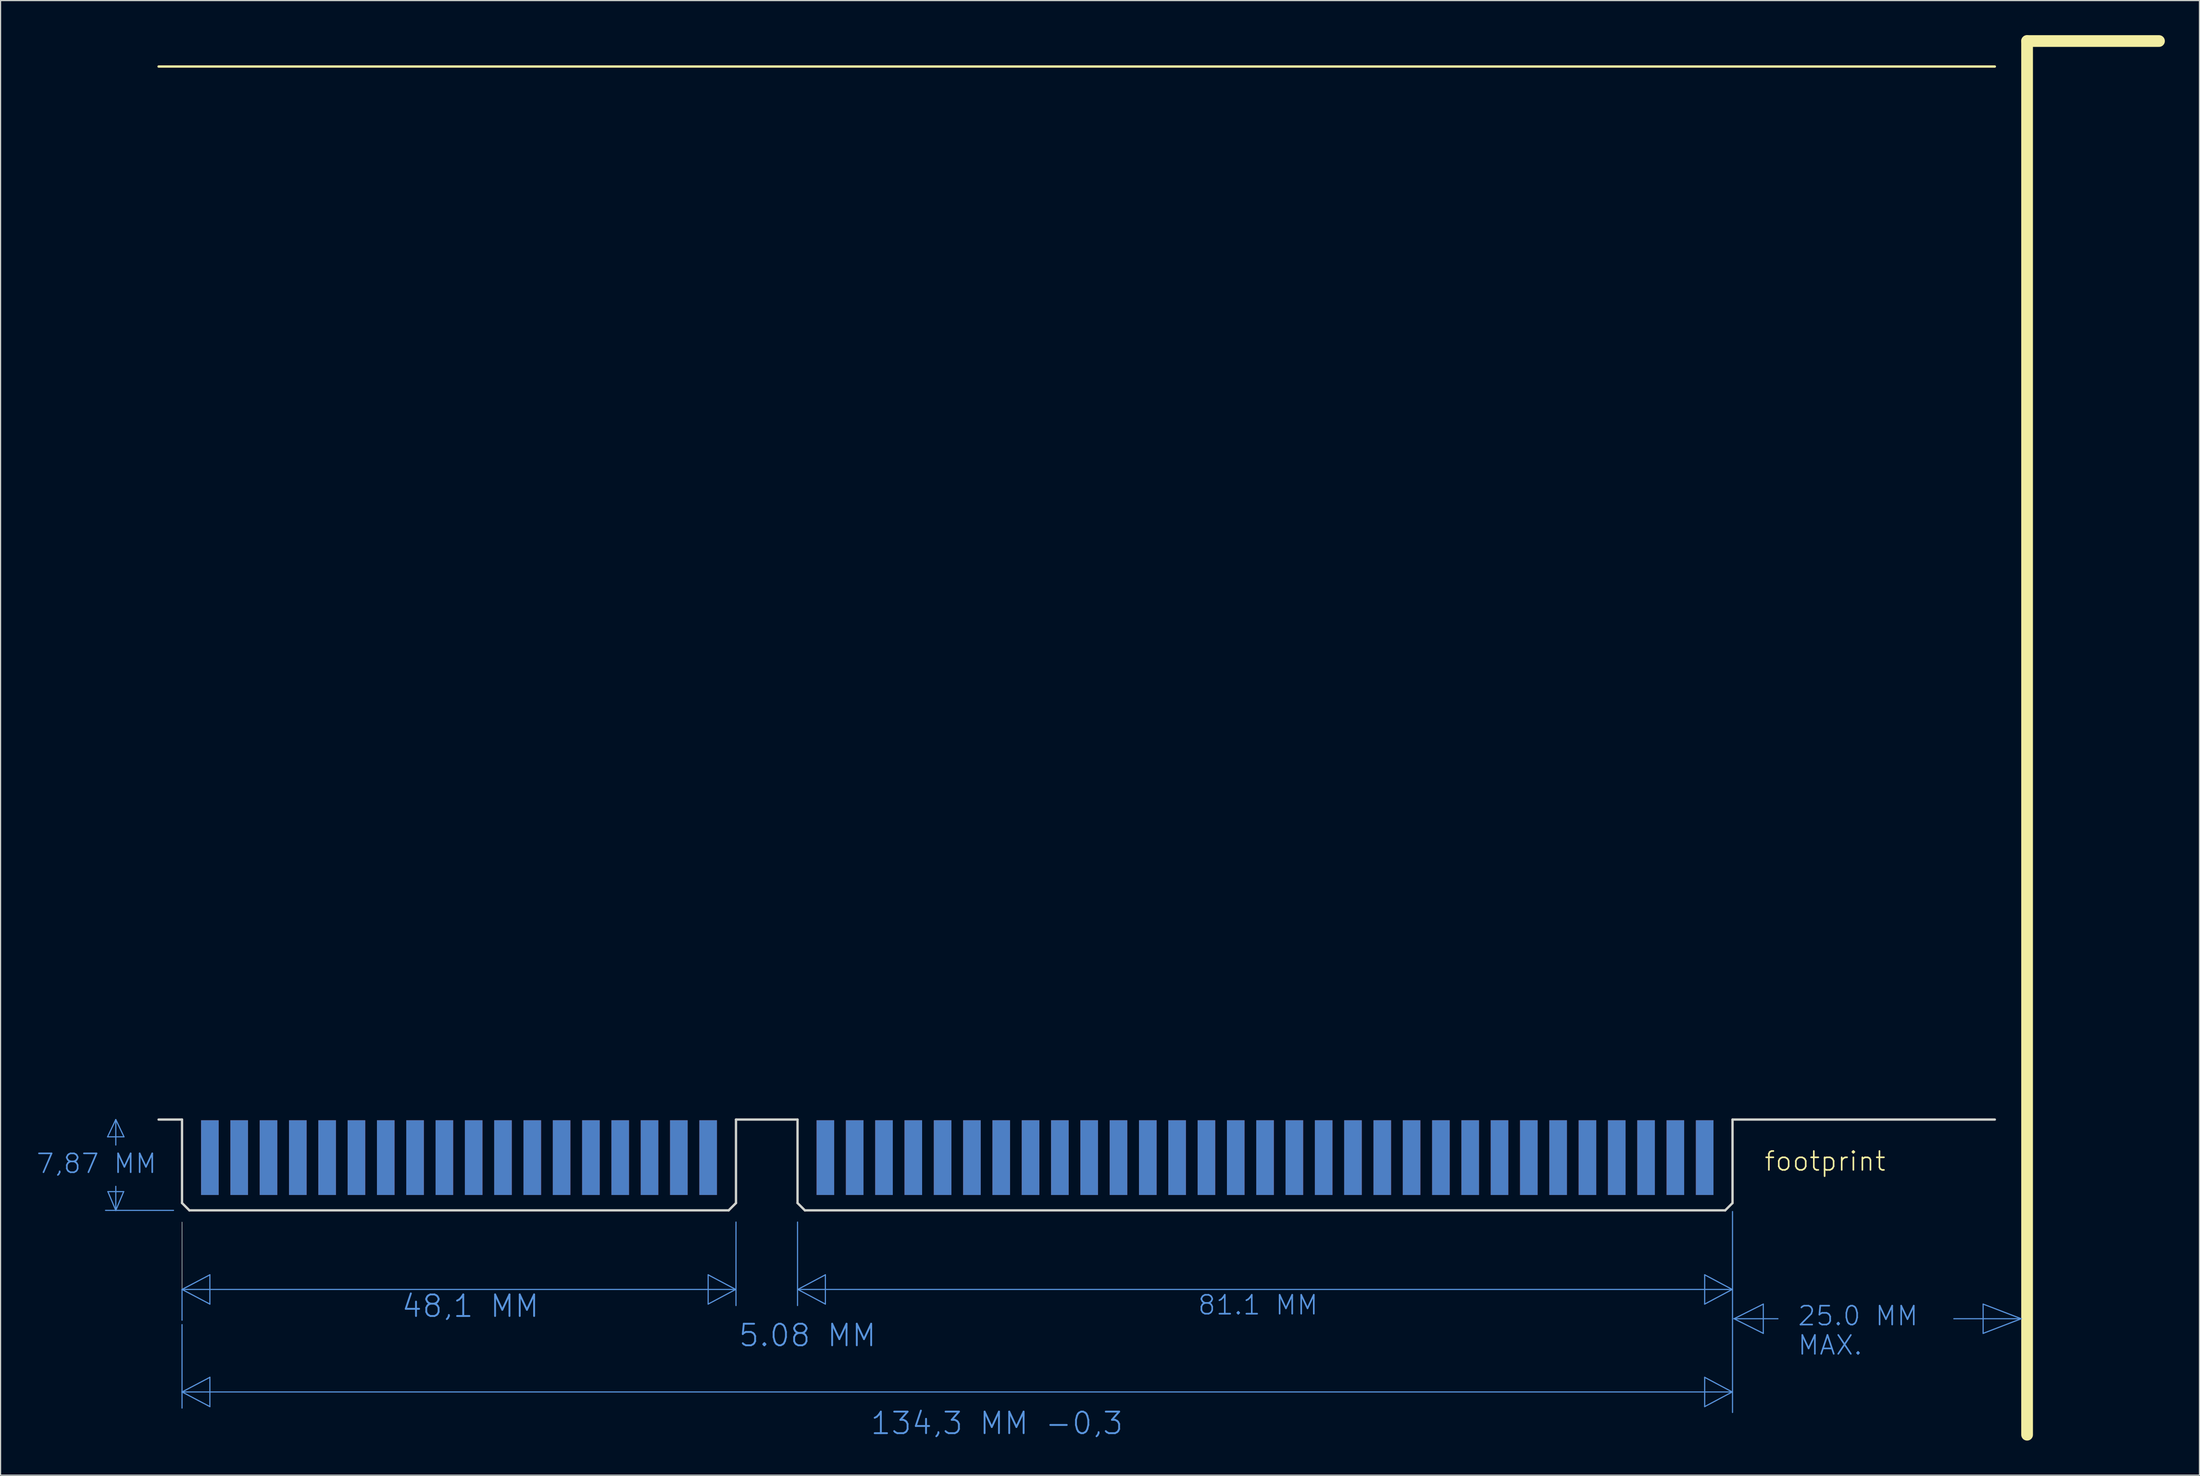
<source format=kicad_pcb>
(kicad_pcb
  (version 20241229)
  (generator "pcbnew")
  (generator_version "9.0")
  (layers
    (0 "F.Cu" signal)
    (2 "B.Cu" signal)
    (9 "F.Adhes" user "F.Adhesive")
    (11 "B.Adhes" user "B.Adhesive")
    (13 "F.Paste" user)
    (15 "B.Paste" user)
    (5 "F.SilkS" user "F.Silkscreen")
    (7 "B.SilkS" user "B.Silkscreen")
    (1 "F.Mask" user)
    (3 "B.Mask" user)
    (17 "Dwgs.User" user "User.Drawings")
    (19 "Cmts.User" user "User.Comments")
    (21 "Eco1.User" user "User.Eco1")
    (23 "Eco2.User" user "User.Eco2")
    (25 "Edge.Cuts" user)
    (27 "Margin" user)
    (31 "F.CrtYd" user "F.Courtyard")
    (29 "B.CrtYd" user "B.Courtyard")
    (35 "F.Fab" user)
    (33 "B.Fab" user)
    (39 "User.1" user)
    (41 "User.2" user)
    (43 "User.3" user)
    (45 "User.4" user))
  (footprint "footprint"
    (layer "F.Cu")
    (at 170.078 102.413)
    (property "Reference" "footprint" (at -20.32 -3.81 0) (layer "F.SilkS") (effects (font (size 1.636 1.636) (thickness 0.142)) (justify left bottom)))
    (fp_line (start -160.02 3.81) (end -16.51 3.81) (stroke (width 1.016) (type solid)) (layer "F.Mask"))
    (fp_line (start -154.94 -2.54) (end -154.94 3.81) (stroke (width 1.016) (type solid)) (layer "F.Mask"))
    (fp_line (start -152.4 -2.54) (end -152.4 3.81) (stroke (width 1.016) (type solid)) (layer "F.Mask"))
    (fp_line (start -149.86 -2.54) (end -149.86 3.81) (stroke (width 1.016) (type solid)) (layer "F.Mask"))
    (fp_line (start -147.32 -2.54) (end -147.32 3.81) (stroke (width 1.016) (type solid)) (layer "F.Mask"))
    (fp_line (start -144.78 -2.54) (end -144.78 3.81) (stroke (width 1.016) (type solid)) (layer "F.Mask"))
    (fp_line (start -142.24 -2.54) (end -142.24 3.81) (stroke (width 1.016) (type solid)) (layer "F.Mask"))
    (fp_line (start -139.7 -2.54) (end -139.7 3.81) (stroke (width 1.016) (type solid)) (layer "F.Mask"))
    (fp_line (start -137.16 -2.54) (end -137.16 3.81) (stroke (width 1.016) (type solid)) (layer "F.Mask"))
    (fp_line (start -134.62 -2.54) (end -134.62 3.81) (stroke (width 1.016) (type solid)) (layer "F.Mask"))
    (fp_line (start -132.08 -2.54) (end -132.08 3.81) (stroke (width 1.016) (type solid)) (layer "F.Mask"))
    (fp_line (start -129.54 -2.54) (end -129.54 3.81) (stroke (width 1.016) (type solid)) (layer "F.Mask"))
    (fp_line (start -127 -2.54) (end -127 3.81) (stroke (width 1.016) (type solid)) (layer "F.Mask"))
    (fp_line (start -124.46 -2.54) (end -124.46 3.81) (stroke (width 1.016) (type solid)) (layer "F.Mask"))
    (fp_line (start -121.92 -2.54) (end -121.92 3.81) (stroke (width 1.016) (type solid)) (layer "F.Mask"))
    (fp_line (start -119.38 -2.54) (end -119.38 3.81) (stroke (width 1.016) (type solid)) (layer "F.Mask"))
    (fp_line (start -116.84 -2.54) (end -116.84 3.81) (stroke (width 1.016) (type solid)) (layer "F.Mask"))
    (fp_line (start -114.3 -2.54) (end -114.3 3.81) (stroke (width 1.016) (type solid)) (layer "F.Mask"))
    (fp_line (start -111.76 -2.54) (end -111.76 3.81) (stroke (width 1.016) (type solid)) (layer "F.Mask"))
    (fp_line (start -101.6 -2.54) (end -101.6 3.81) (stroke (width 1.016) (type solid)) (layer "F.Mask"))
    (fp_line (start -99.06 -2.54) (end -99.06 3.81) (stroke (width 1.016) (type solid)) (layer "F.Mask"))
    (fp_line (start -96.52 -2.54) (end -96.52 3.81) (stroke (width 1.016) (type solid)) (layer "F.Mask"))
    (fp_line (start -93.98 -2.54) (end -93.98 3.81) (stroke (width 1.016) (type solid)) (layer "F.Mask"))
    (fp_line (start -91.44 -2.54) (end -91.44 3.81) (stroke (width 1.016) (type solid)) (layer "F.Mask"))
    (fp_line (start -88.9 -2.54) (end -88.9 3.81) (stroke (width 1.016) (type solid)) (layer "F.Mask"))
    (fp_line (start -86.36 -2.54) (end -86.36 3.81) (stroke (width 1.016) (type solid)) (layer "F.Mask"))
    (fp_line (start -83.82 -2.54) (end -83.82 3.81) (stroke (width 1.016) (type solid)) (layer "F.Mask"))
    (fp_line (start -81.28 -2.54) (end -81.28 3.81) (stroke (width 1.016) (type solid)) (layer "F.Mask"))
    (fp_line (start -78.74 -2.54) (end -78.74 3.81) (stroke (width 1.016) (type solid)) (layer "F.Mask"))
    (fp_line (start -76.2 -2.54) (end -76.2 3.81) (stroke (width 1.016) (type solid)) (layer "F.Mask"))
    (fp_line (start -73.66 -2.54) (end -73.66 3.81) (stroke (width 1.016) (type solid)) (layer "F.Mask"))
    (fp_line (start -71.12 -2.54) (end -71.12 3.81) (stroke (width 1.016) (type solid)) (layer "F.Mask"))
    (fp_line (start -68.58 -2.54) (end -68.58 3.81) (stroke (width 1.016) (type solid)) (layer "F.Mask"))
    (fp_line (start -66.04 -2.54) (end -66.04 3.81) (stroke (width 1.016) (type solid)) (layer "F.Mask"))
    (fp_line (start -63.5 -2.54) (end -63.5 3.81) (stroke (width 1.016) (type solid)) (layer "F.Mask"))
    (fp_line (start -60.96 -2.54) (end -60.96 3.81) (stroke (width 1.016) (type solid)) (layer "F.Mask"))
    (fp_line (start -58.42 -2.54) (end -58.42 3.81) (stroke (width 1.016) (type solid)) (layer "F.Mask"))
    (fp_line (start -55.88 -2.54) (end -55.88 3.81) (stroke (width 1.016) (type solid)) (layer "F.Mask"))
    (fp_line (start -53.34 -2.54) (end -53.34 3.81) (stroke (width 1.016) (type solid)) (layer "F.Mask"))
    (fp_line (start -50.8 -2.54) (end -50.8 3.81) (stroke (width 1.016) (type solid)) (layer "F.Mask"))
    (fp_line (start -48.26 -2.54) (end -48.26 3.81) (stroke (width 1.016) (type solid)) (layer "F.Mask"))
    (fp_line (start -45.72 -2.54) (end -45.72 3.81) (stroke (width 1.016) (type solid)) (layer "F.Mask"))
    (fp_line (start -43.18 -2.54) (end -43.18 3.81) (stroke (width 1.016) (type solid)) (layer "F.Mask"))
    (fp_line (start -40.64 -2.54) (end -40.64 3.81) (stroke (width 1.016) (type solid)) (layer "F.Mask"))
    (fp_line (start -38.1 -2.54) (end -38.1 3.81) (stroke (width 1.016) (type solid)) (layer "F.Mask"))
    (fp_line (start -35.56 -2.54) (end -35.56 3.81) (stroke (width 1.016) (type solid)) (layer "F.Mask"))
    (fp_line (start -33.02 -2.54) (end -33.02 3.81) (stroke (width 1.016) (type solid)) (layer "F.Mask"))
    (fp_line (start -30.48 -2.54) (end -30.48 3.81) (stroke (width 1.016) (type solid)) (layer "F.Mask"))
    (fp_line (start -27.94 -2.54) (end -27.94 3.81) (stroke (width 1.016) (type solid)) (layer "F.Mask"))
    (fp_line (start -25.4 -2.54) (end -25.4 3.81) (stroke (width 1.016) (type solid)) (layer "F.Mask"))
    (fp_poly (pts (xy -155.702 -1.778) (xy -154.178 -1.778) (xy -154.178 -8.382) (xy -155.702 -8.382)) (stroke (width 0) (type solid)) (fill yes) (layer "F.Mask"))
    (fp_poly (pts (xy -153.162 -1.778) (xy -151.638 -1.778) (xy -151.638 -8.382) (xy -153.162 -8.382)) (stroke (width 0) (type solid)) (fill yes) (layer "F.Mask"))
    (fp_poly (pts (xy -150.622 -1.778) (xy -149.098 -1.778) (xy -149.098 -8.382) (xy -150.622 -8.382)) (stroke (width 0) (type solid)) (fill yes) (layer "F.Mask"))
    (fp_poly (pts (xy -148.082 -1.778) (xy -146.558 -1.778) (xy -146.558 -8.382) (xy -148.082 -8.382)) (stroke (width 0) (type solid)) (fill yes) (layer "F.Mask"))
    (fp_poly (pts (xy -145.542 -1.778) (xy -144.018 -1.778) (xy -144.018 -8.382) (xy -145.542 -8.382)) (stroke (width 0) (type solid)) (fill yes) (layer "F.Mask"))
    (fp_poly (pts (xy -143.002 -1.778) (xy -141.478 -1.778) (xy -141.478 -8.382) (xy -143.002 -8.382)) (stroke (width 0) (type solid)) (fill yes) (layer "F.Mask"))
    (fp_poly (pts (xy -140.462 -1.778) (xy -138.938 -1.778) (xy -138.938 -8.382) (xy -140.462 -8.382)) (stroke (width 0) (type solid)) (fill yes) (layer "F.Mask"))
    (fp_poly (pts (xy -137.922 -1.778) (xy -136.398 -1.778) (xy -136.398 -8.382) (xy -137.922 -8.382)) (stroke (width 0) (type solid)) (fill yes) (layer "F.Mask"))
    (fp_poly (pts (xy -135.382 -1.778) (xy -133.858 -1.778) (xy -133.858 -8.382) (xy -135.382 -8.382)) (stroke (width 0) (type solid)) (fill yes) (layer "F.Mask"))
    (fp_poly (pts (xy -132.842 -1.778) (xy -131.318 -1.778) (xy -131.318 -8.382) (xy -132.842 -8.382)) (stroke (width 0) (type solid)) (fill yes) (layer "F.Mask"))
    (fp_poly (pts (xy -130.302 -1.778) (xy -128.778 -1.778) (xy -128.778 -8.382) (xy -130.302 -8.382)) (stroke (width 0) (type solid)) (fill yes) (layer "F.Mask"))
    (fp_poly (pts (xy -127.762 -1.778) (xy -126.238 -1.778) (xy -126.238 -8.382) (xy -127.762 -8.382)) (stroke (width 0) (type solid)) (fill yes) (layer "F.Mask"))
    (fp_poly (pts (xy -125.222 -1.778) (xy -123.698 -1.778) (xy -123.698 -8.382) (xy -125.222 -8.382)) (stroke (width 0) (type solid)) (fill yes) (layer "F.Mask"))
    (fp_poly (pts (xy -122.682 -1.778) (xy -121.158 -1.778) (xy -121.158 -8.382) (xy -122.682 -8.382)) (stroke (width 0) (type solid)) (fill yes) (layer "F.Mask"))
    (fp_poly (pts (xy -120.142 -1.778) (xy -118.618 -1.778) (xy -118.618 -8.382) (xy -120.142 -8.382)) (stroke (width 0) (type solid)) (fill yes) (layer "F.Mask"))
    (fp_poly (pts (xy -117.602 -1.778) (xy -116.078 -1.778) (xy -116.078 -8.382) (xy -117.602 -8.382)) (stroke (width 0) (type solid)) (fill yes) (layer "F.Mask"))
    (fp_poly (pts (xy -115.062 -1.778) (xy -113.538 -1.778) (xy -113.538 -8.382) (xy -115.062 -8.382)) (stroke (width 0) (type solid)) (fill yes) (layer "F.Mask"))
    (fp_poly (pts (xy -112.522 -1.778) (xy -110.998 -1.778) (xy -110.998 -8.382) (xy -112.522 -8.382)) (stroke (width 0) (type solid)) (fill yes) (layer "F.Mask"))
    (fp_poly (pts (xy -102.362 -1.778) (xy -100.838 -1.778) (xy -100.838 -8.382) (xy -102.362 -8.382)) (stroke (width 0) (type solid)) (fill yes) (layer "F.Mask"))
    (fp_poly (pts (xy -99.822 -1.778) (xy -98.298 -1.778) (xy -98.298 -8.382) (xy -99.822 -8.382)) (stroke (width 0) (type solid)) (fill yes) (layer "F.Mask"))
    (fp_poly (pts (xy -97.282 -1.778) (xy -95.758 -1.778) (xy -95.758 -8.382) (xy -97.282 -8.382)) (stroke (width 0) (type solid)) (fill yes) (layer "F.Mask"))
    (fp_poly (pts (xy -94.742 -1.778) (xy -93.218 -1.778) (xy -93.218 -8.382) (xy -94.742 -8.382)) (stroke (width 0) (type solid)) (fill yes) (layer "F.Mask"))
    (fp_poly (pts (xy -92.202 -1.778) (xy -90.678 -1.778) (xy -90.678 -8.382) (xy -92.202 -8.382)) (stroke (width 0) (type solid)) (fill yes) (layer "F.Mask"))
    (fp_poly (pts (xy -89.662 -1.778) (xy -88.138 -1.778) (xy -88.138 -8.382) (xy -89.662 -8.382)) (stroke (width 0) (type solid)) (fill yes) (layer "F.Mask"))
    (fp_poly (pts (xy -87.122 -1.778) (xy -85.598 -1.778) (xy -85.598 -8.382) (xy -87.122 -8.382)) (stroke (width 0) (type solid)) (fill yes) (layer "F.Mask"))
    (fp_poly (pts (xy -84.582 -1.778) (xy -83.058 -1.778) (xy -83.058 -8.382) (xy -84.582 -8.382)) (stroke (width 0) (type solid)) (fill yes) (layer "F.Mask"))
    (fp_poly (pts (xy -82.042 -1.778) (xy -80.518 -1.778) (xy -80.518 -8.382) (xy -82.042 -8.382)) (stroke (width 0) (type solid)) (fill yes) (layer "F.Mask"))
    (fp_poly (pts (xy -79.502 -1.778) (xy -77.978 -1.778) (xy -77.978 -8.382) (xy -79.502 -8.382)) (stroke (width 0) (type solid)) (fill yes) (layer "F.Mask"))
    (fp_poly (pts (xy -76.962 -1.778) (xy -75.438 -1.778) (xy -75.438 -8.382) (xy -76.962 -8.382)) (stroke (width 0) (type solid)) (fill yes) (layer "F.Mask"))
    (fp_poly (pts (xy -74.422 -1.778) (xy -72.898 -1.778) (xy -72.898 -8.382) (xy -74.422 -8.382)) (stroke (width 0) (type solid)) (fill yes) (layer "F.Mask"))
    (fp_poly (pts (xy -71.882 -1.778) (xy -70.358 -1.778) (xy -70.358 -8.382) (xy -71.882 -8.382)) (stroke (width 0) (type solid)) (fill yes) (layer "F.Mask"))
    (fp_poly (pts (xy -69.342 -1.778) (xy -67.818 -1.778) (xy -67.818 -8.382) (xy -69.342 -8.382)) (stroke (width 0) (type solid)) (fill yes) (layer "F.Mask"))
    (fp_poly (pts (xy -66.802 -1.778) (xy -65.278 -1.778) (xy -65.278 -8.382) (xy -66.802 -8.382)) (stroke (width 0) (type solid)) (fill yes) (layer "F.Mask"))
    (fp_poly (pts (xy -64.262 -1.778) (xy -62.738 -1.778) (xy -62.738 -8.382) (xy -64.262 -8.382)) (stroke (width 0) (type solid)) (fill yes) (layer "F.Mask"))
    (fp_poly (pts (xy -61.722 -1.778) (xy -60.198 -1.778) (xy -60.198 -8.382) (xy -61.722 -8.382)) (stroke (width 0) (type solid)) (fill yes) (layer "F.Mask"))
    (fp_poly (pts (xy -59.182 -1.778) (xy -57.658 -1.778) (xy -57.658 -8.382) (xy -59.182 -8.382)) (stroke (width 0) (type solid)) (fill yes) (layer "F.Mask"))
    (fp_poly (pts (xy -56.642 -1.778) (xy -55.118 -1.778) (xy -55.118 -8.382) (xy -56.642 -8.382)) (stroke (width 0) (type solid)) (fill yes) (layer "F.Mask"))
    (fp_poly (pts (xy -54.102 -1.778) (xy -52.578 -1.778) (xy -52.578 -8.382) (xy -54.102 -8.382)) (stroke (width 0) (type solid)) (fill yes) (layer "F.Mask"))
    (fp_poly (pts (xy -51.562 -1.778) (xy -50.038 -1.778) (xy -50.038 -8.382) (xy -51.562 -8.382)) (stroke (width 0) (type solid)) (fill yes) (layer "F.Mask"))
    (fp_poly (pts (xy -49.022 -1.778) (xy -47.498 -1.778) (xy -47.498 -8.382) (xy -49.022 -8.382)) (stroke (width 0) (type solid)) (fill yes) (layer "F.Mask"))
    (fp_poly (pts (xy -46.482 -1.778) (xy -44.958 -1.778) (xy -44.958 -8.382) (xy -46.482 -8.382)) (stroke (width 0) (type solid)) (fill yes) (layer "F.Mask"))
    (fp_poly (pts (xy -43.942 -1.778) (xy -42.418 -1.778) (xy -42.418 -8.382) (xy -43.942 -8.382)) (stroke (width 0) (type solid)) (fill yes) (layer "F.Mask"))
    (fp_poly (pts (xy -41.402 -1.778) (xy -39.878 -1.778) (xy -39.878 -8.382) (xy -41.402 -8.382)) (stroke (width 0) (type solid)) (fill yes) (layer "F.Mask"))
    (fp_poly (pts (xy -38.862 -1.778) (xy -37.338 -1.778) (xy -37.338 -8.382) (xy -38.862 -8.382)) (stroke (width 0) (type solid)) (fill yes) (layer "F.Mask"))
    (fp_poly (pts (xy -36.322 -1.778) (xy -34.798 -1.778) (xy -34.798 -8.382) (xy -36.322 -8.382)) (stroke (width 0) (type solid)) (fill yes) (layer "F.Mask"))
    (fp_poly (pts (xy -33.782 -1.778) (xy -32.258 -1.778) (xy -32.258 -8.382) (xy -33.782 -8.382)) (stroke (width 0) (type solid)) (fill yes) (layer "F.Mask"))
    (fp_poly (pts (xy -31.242 -1.778) (xy -29.718 -1.778) (xy -29.718 -8.382) (xy -31.242 -8.382)) (stroke (width 0) (type solid)) (fill yes) (layer "F.Mask"))
    (fp_poly (pts (xy -28.702 -1.778) (xy -27.178 -1.778) (xy -27.178 -8.382) (xy -28.702 -8.382)) (stroke (width 0) (type solid)) (fill yes) (layer "F.Mask"))
    (fp_poly (pts (xy -26.162 -1.778) (xy -24.638 -1.778) (xy -24.638 -8.382) (xy -26.162 -8.382)) (stroke (width 0) (type solid)) (fill yes) (layer "F.Mask"))
    (fp_line (start -160.02 3.81) (end -16.51 3.81) (stroke (width 1.016) (type solid)) (layer "B.Mask"))
    (fp_line (start -154.94 -2.54) (end -154.94 3.81) (stroke (width 1.016) (type solid)) (layer "B.Mask"))
    (fp_line (start -152.4 -2.54) (end -152.4 3.81) (stroke (width 1.016) (type solid)) (layer "B.Mask"))
    (fp_line (start -149.86 -2.54) (end -149.86 3.81) (stroke (width 1.016) (type solid)) (layer "B.Mask"))
    (fp_line (start -147.32 -2.54) (end -147.32 3.81) (stroke (width 1.016) (type solid)) (layer "B.Mask"))
    (fp_line (start -144.78 -2.54) (end -144.78 3.81) (stroke (width 1.016) (type solid)) (layer "B.Mask"))
    (fp_line (start -142.24 -2.54) (end -142.24 3.81) (stroke (width 1.016) (type solid)) (layer "B.Mask"))
    (fp_line (start -139.7 -2.54) (end -139.7 3.81) (stroke (width 1.016) (type solid)) (layer "B.Mask"))
    (fp_line (start -137.16 -2.54) (end -137.16 3.81) (stroke (width 1.016) (type solid)) (layer "B.Mask"))
    (fp_line (start -134.62 -2.54) (end -134.62 3.81) (stroke (width 1.016) (type solid)) (layer "B.Mask"))
    (fp_line (start -132.08 -2.54) (end -132.08 3.81) (stroke (width 1.016) (type solid)) (layer "B.Mask"))
    (fp_line (start -129.54 -2.54) (end -129.54 3.81) (stroke (width 1.016) (type solid)) (layer "B.Mask"))
    (fp_line (start -127 -2.54) (end -127 3.81) (stroke (width 1.016) (type solid)) (layer "B.Mask"))
    (fp_line (start -124.46 -2.54) (end -124.46 3.81) (stroke (width 1.016) (type solid)) (layer "B.Mask"))
    (fp_line (start -121.92 -2.54) (end -121.92 3.81) (stroke (width 1.016) (type solid)) (layer "B.Mask"))
    (fp_line (start -119.38 -2.54) (end -119.38 3.81) (stroke (width 1.016) (type solid)) (layer "B.Mask"))
    (fp_line (start -116.84 -2.54) (end -116.84 3.81) (stroke (width 1.016) (type solid)) (layer "B.Mask"))
    (fp_line (start -114.3 -2.54) (end -114.3 3.81) (stroke (width 1.016) (type solid)) (layer "B.Mask"))
    (fp_line (start -111.76 -2.54) (end -111.76 3.81) (stroke (width 1.016) (type solid)) (layer "B.Mask"))
    (fp_line (start -101.6 -2.54) (end -101.6 3.81) (stroke (width 1.016) (type solid)) (layer "B.Mask"))
    (fp_line (start -99.06 -2.54) (end -99.06 3.81) (stroke (width 1.016) (type solid)) (layer "B.Mask"))
    (fp_line (start -96.52 -2.54) (end -96.52 3.81) (stroke (width 1.016) (type solid)) (layer "B.Mask"))
    (fp_line (start -93.98 -2.54) (end -93.98 3.81) (stroke (width 1.016) (type solid)) (layer "B.Mask"))
    (fp_line (start -91.44 -2.54) (end -91.44 3.81) (stroke (width 1.016) (type solid)) (layer "B.Mask"))
    (fp_line (start -88.9 -2.54) (end -88.9 3.81) (stroke (width 1.016) (type solid)) (layer "B.Mask"))
    (fp_line (start -86.36 -2.54) (end -86.36 3.81) (stroke (width 1.016) (type solid)) (layer "B.Mask"))
    (fp_line (start -83.82 -2.54) (end -83.82 3.81) (stroke (width 1.016) (type solid)) (layer "B.Mask"))
    (fp_line (start -81.28 -2.54) (end -81.28 3.81) (stroke (width 1.016) (type solid)) (layer "B.Mask"))
    (fp_line (start -78.74 -2.54) (end -78.74 3.81) (stroke (width 1.016) (type solid)) (layer "B.Mask"))
    (fp_line (start -76.2 -2.54) (end -76.2 3.81) (stroke (width 1.016) (type solid)) (layer "B.Mask"))
    (fp_line (start -73.66 -2.54) (end -73.66 3.81) (stroke (width 1.016) (type solid)) (layer "B.Mask"))
    (fp_line (start -71.12 -2.54) (end -71.12 3.81) (stroke (width 1.016) (type solid)) (layer "B.Mask"))
    (fp_line (start -68.58 -2.54) (end -68.58 3.81) (stroke (width 1.016) (type solid)) (layer "B.Mask"))
    (fp_line (start -66.04 -2.54) (end -66.04 3.81) (stroke (width 1.016) (type solid)) (layer "B.Mask"))
    (fp_line (start -63.5 -2.54) (end -63.5 3.81) (stroke (width 1.016) (type solid)) (layer "B.Mask"))
    (fp_line (start -60.96 -2.54) (end -60.96 3.81) (stroke (width 1.016) (type solid)) (layer "B.Mask"))
    (fp_line (start -58.42 -2.54) (end -58.42 3.81) (stroke (width 1.016) (type solid)) (layer "B.Mask"))
    (fp_line (start -55.88 -2.54) (end -55.88 3.81) (stroke (width 1.016) (type solid)) (layer "B.Mask"))
    (fp_line (start -53.34 -2.54) (end -53.34 3.81) (stroke (width 1.016) (type solid)) (layer "B.Mask"))
    (fp_line (start -50.8 -2.54) (end -50.8 3.81) (stroke (width 1.016) (type solid)) (layer "B.Mask"))
    (fp_line (start -48.26 -2.54) (end -48.26 3.81) (stroke (width 1.016) (type solid)) (layer "B.Mask"))
    (fp_line (start -45.72 -2.54) (end -45.72 3.81) (stroke (width 1.016) (type solid)) (layer "B.Mask"))
    (fp_line (start -43.18 -2.54) (end -43.18 3.81) (stroke (width 1.016) (type solid)) (layer "B.Mask"))
    (fp_line (start -40.64 -2.54) (end -40.64 3.81) (stroke (width 1.016) (type solid)) (layer "B.Mask"))
    (fp_line (start -38.1 -2.54) (end -38.1 3.81) (stroke (width 1.016) (type solid)) (layer "B.Mask"))
    (fp_line (start -35.56 -2.54) (end -35.56 3.81) (stroke (width 1.016) (type solid)) (layer "B.Mask"))
    (fp_line (start -33.02 -2.54) (end -33.02 3.81) (stroke (width 1.016) (type solid)) (layer "B.Mask"))
    (fp_line (start -30.48 -2.54) (end -30.48 3.81) (stroke (width 1.016) (type solid)) (layer "B.Mask"))
    (fp_line (start -27.94 -2.54) (end -27.94 3.81) (stroke (width 1.016) (type solid)) (layer "B.Mask"))
    (fp_line (start -25.4 -2.54) (end -25.4 3.81) (stroke (width 1.016) (type solid)) (layer "B.Mask"))
    (fp_poly (pts (xy -155.702 -1.778) (xy -154.178 -1.778) (xy -154.178 -8.382) (xy -155.702 -8.382)) (stroke (width 0) (type solid)) (fill yes) (layer "B.Mask"))
    (fp_poly (pts (xy -153.162 -1.778) (xy -151.638 -1.778) (xy -151.638 -8.382) (xy -153.162 -8.382)) (stroke (width 0) (type solid)) (fill yes) (layer "B.Mask"))
    (fp_poly (pts (xy -150.622 -1.778) (xy -149.098 -1.778) (xy -149.098 -8.382) (xy -150.622 -8.382)) (stroke (width 0) (type solid)) (fill yes) (layer "B.Mask"))
    (fp_poly (pts (xy -148.082 -1.778) (xy -146.558 -1.778) (xy -146.558 -8.382) (xy -148.082 -8.382)) (stroke (width 0) (type solid)) (fill yes) (layer "B.Mask"))
    (fp_poly (pts (xy -145.542 -1.778) (xy -144.018 -1.778) (xy -144.018 -8.382) (xy -145.542 -8.382)) (stroke (width 0) (type solid)) (fill yes) (layer "B.Mask"))
    (fp_poly (pts (xy -143.002 -1.778) (xy -141.478 -1.778) (xy -141.478 -8.382) (xy -143.002 -8.382)) (stroke (width 0) (type solid)) (fill yes) (layer "B.Mask"))
    (fp_poly (pts (xy -140.462 -1.778) (xy -138.938 -1.778) (xy -138.938 -8.382) (xy -140.462 -8.382)) (stroke (width 0) (type solid)) (fill yes) (layer "B.Mask"))
    (fp_poly (pts (xy -137.922 -1.778) (xy -136.398 -1.778) (xy -136.398 -8.382) (xy -137.922 -8.382)) (stroke (width 0) (type solid)) (fill yes) (layer "B.Mask"))
    (fp_poly (pts (xy -135.382 -1.778) (xy -133.858 -1.778) (xy -133.858 -8.382) (xy -135.382 -8.382)) (stroke (width 0) (type solid)) (fill yes) (layer "B.Mask"))
    (fp_poly (pts (xy -132.842 -1.778) (xy -131.318 -1.778) (xy -131.318 -8.382) (xy -132.842 -8.382)) (stroke (width 0) (type solid)) (fill yes) (layer "B.Mask"))
    (fp_poly (pts (xy -130.302 -1.778) (xy -128.778 -1.778) (xy -128.778 -8.382) (xy -130.302 -8.382)) (stroke (width 0) (type solid)) (fill yes) (layer "B.Mask"))
    (fp_poly (pts (xy -127.762 -1.778) (xy -126.238 -1.778) (xy -126.238 -8.382) (xy -127.762 -8.382)) (stroke (width 0) (type solid)) (fill yes) (layer "B.Mask"))
    (fp_poly (pts (xy -125.222 -1.778) (xy -123.698 -1.778) (xy -123.698 -8.382) (xy -125.222 -8.382)) (stroke (width 0) (type solid)) (fill yes) (layer "B.Mask"))
    (fp_poly (pts (xy -122.682 -1.778) (xy -121.158 -1.778) (xy -121.158 -8.382) (xy -122.682 -8.382)) (stroke (width 0) (type solid)) (fill yes) (layer "B.Mask"))
    (fp_poly (pts (xy -120.142 -1.778) (xy -118.618 -1.778) (xy -118.618 -8.382) (xy -120.142 -8.382)) (stroke (width 0) (type solid)) (fill yes) (layer "B.Mask"))
    (fp_poly (pts (xy -117.602 -1.778) (xy -116.078 -1.778) (xy -116.078 -8.382) (xy -117.602 -8.382)) (stroke (width 0) (type solid)) (fill yes) (layer "B.Mask"))
    (fp_poly (pts (xy -115.062 -1.778) (xy -113.538 -1.778) (xy -113.538 -8.382) (xy -115.062 -8.382)) (stroke (width 0) (type solid)) (fill yes) (layer "B.Mask"))
    (fp_poly (pts (xy -112.522 -1.778) (xy -110.998 -1.778) (xy -110.998 -8.382) (xy -112.522 -8.382)) (stroke (width 0) (type solid)) (fill yes) (layer "B.Mask"))
    (fp_poly (pts (xy -102.362 -1.778) (xy -100.838 -1.778) (xy -100.838 -8.382) (xy -102.362 -8.382)) (stroke (width 0) (type solid)) (fill yes) (layer "B.Mask"))
    (fp_poly (pts (xy -99.822 -1.778) (xy -98.298 -1.778) (xy -98.298 -8.382) (xy -99.822 -8.382)) (stroke (width 0) (type solid)) (fill yes) (layer "B.Mask"))
    (fp_poly (pts (xy -97.282 -1.778) (xy -95.758 -1.778) (xy -95.758 -8.382) (xy -97.282 -8.382)) (stroke (width 0) (type solid)) (fill yes) (layer "B.Mask"))
    (fp_poly (pts (xy -94.742 -1.778) (xy -93.218 -1.778) (xy -93.218 -8.382) (xy -94.742 -8.382)) (stroke (width 0) (type solid)) (fill yes) (layer "B.Mask"))
    (fp_poly (pts (xy -92.202 -1.778) (xy -90.678 -1.778) (xy -90.678 -8.382) (xy -92.202 -8.382)) (stroke (width 0) (type solid)) (fill yes) (layer "B.Mask"))
    (fp_poly (pts (xy -89.662 -1.778) (xy -88.138 -1.778) (xy -88.138 -8.382) (xy -89.662 -8.382)) (stroke (width 0) (type solid)) (fill yes) (layer "B.Mask"))
    (fp_poly (pts (xy -87.122 -1.778) (xy -85.598 -1.778) (xy -85.598 -8.382) (xy -87.122 -8.382)) (stroke (width 0) (type solid)) (fill yes) (layer "B.Mask"))
    (fp_poly (pts (xy -84.582 -1.778) (xy -83.058 -1.778) (xy -83.058 -8.382) (xy -84.582 -8.382)) (stroke (width 0) (type solid)) (fill yes) (layer "B.Mask"))
    (fp_poly (pts (xy -82.042 -1.778) (xy -80.518 -1.778) (xy -80.518 -8.382) (xy -82.042 -8.382)) (stroke (width 0) (type solid)) (fill yes) (layer "B.Mask"))
    (fp_poly (pts (xy -79.502 -1.778) (xy -77.978 -1.778) (xy -77.978 -8.382) (xy -79.502 -8.382)) (stroke (width 0) (type solid)) (fill yes) (layer "B.Mask"))
    (fp_poly (pts (xy -76.962 -1.778) (xy -75.438 -1.778) (xy -75.438 -8.382) (xy -76.962 -8.382)) (stroke (width 0) (type solid)) (fill yes) (layer "B.Mask"))
    (fp_poly (pts (xy -74.422 -1.778) (xy -72.898 -1.778) (xy -72.898 -8.382) (xy -74.422 -8.382)) (stroke (width 0) (type solid)) (fill yes) (layer "B.Mask"))
    (fp_poly (pts (xy -71.882 -1.778) (xy -70.358 -1.778) (xy -70.358 -8.382) (xy -71.882 -8.382)) (stroke (width 0) (type solid)) (fill yes) (layer "B.Mask"))
    (fp_poly (pts (xy -69.342 -1.778) (xy -67.818 -1.778) (xy -67.818 -8.382) (xy -69.342 -8.382)) (stroke (width 0) (type solid)) (fill yes) (layer "B.Mask"))
    (fp_poly (pts (xy -66.802 -1.778) (xy -65.278 -1.778) (xy -65.278 -8.382) (xy -66.802 -8.382)) (stroke (width 0) (type solid)) (fill yes) (layer "B.Mask"))
    (fp_poly (pts (xy -64.262 -1.778) (xy -62.738 -1.778) (xy -62.738 -8.382) (xy -64.262 -8.382)) (stroke (width 0) (type solid)) (fill yes) (layer "B.Mask"))
    (fp_poly (pts (xy -61.722 -1.778) (xy -60.198 -1.778) (xy -60.198 -8.382) (xy -61.722 -8.382)) (stroke (width 0) (type solid)) (fill yes) (layer "B.Mask"))
    (fp_poly (pts (xy -59.182 -1.778) (xy -57.658 -1.778) (xy -57.658 -8.382) (xy -59.182 -8.382)) (stroke (width 0) (type solid)) (fill yes) (layer "B.Mask"))
    (fp_poly (pts (xy -56.642 -1.778) (xy -55.118 -1.778) (xy -55.118 -8.382) (xy -56.642 -8.382)) (stroke (width 0) (type solid)) (fill yes) (layer "B.Mask"))
    (fp_poly (pts (xy -54.102 -1.778) (xy -52.578 -1.778) (xy -52.578 -8.382) (xy -54.102 -8.382)) (stroke (width 0) (type solid)) (fill yes) (layer "B.Mask"))
    (fp_poly (pts (xy -51.562 -1.778) (xy -50.038 -1.778) (xy -50.038 -8.382) (xy -51.562 -8.382)) (stroke (width 0) (type solid)) (fill yes) (layer "B.Mask"))
    (fp_poly (pts (xy -49.022 -1.778) (xy -47.498 -1.778) (xy -47.498 -8.382) (xy -49.022 -8.382)) (stroke (width 0) (type solid)) (fill yes) (layer "B.Mask"))
    (fp_poly (pts (xy -46.482 -1.778) (xy -44.958 -1.778) (xy -44.958 -8.382) (xy -46.482 -8.382)) (stroke (width 0) (type solid)) (fill yes) (layer "B.Mask"))
    (fp_poly (pts (xy -43.942 -1.778) (xy -42.418 -1.778) (xy -42.418 -8.382) (xy -43.942 -8.382)) (stroke (width 0) (type solid)) (fill yes) (layer "B.Mask"))
    (fp_poly (pts (xy -41.402 -1.778) (xy -39.878 -1.778) (xy -39.878 -8.382) (xy -41.402 -8.382)) (stroke (width 0) (type solid)) (fill yes) (layer "B.Mask"))
    (fp_poly (pts (xy -38.862 -1.778) (xy -37.338 -1.778) (xy -37.338 -8.382) (xy -38.862 -8.382)) (stroke (width 0) (type solid)) (fill yes) (layer "B.Mask"))
    (fp_poly (pts (xy -36.322 -1.778) (xy -34.798 -1.778) (xy -34.798 -8.382) (xy -36.322 -8.382)) (stroke (width 0) (type solid)) (fill yes) (layer "B.Mask"))
    (fp_poly (pts (xy -33.782 -1.778) (xy -32.258 -1.778) (xy -32.258 -8.382) (xy -33.782 -8.382)) (stroke (width 0) (type solid)) (fill yes) (layer "B.Mask"))
    (fp_poly (pts (xy -31.242 -1.778) (xy -29.718 -1.778) (xy -29.718 -8.382) (xy -31.242 -8.382)) (stroke (width 0) (type solid)) (fill yes) (layer "B.Mask"))
    (fp_poly (pts (xy -28.702 -1.778) (xy -27.178 -1.778) (xy -27.178 -8.382) (xy -28.702 -8.382)) (stroke (width 0) (type solid)) (fill yes) (layer "B.Mask"))
    (fp_poly (pts (xy -26.162 -1.778) (xy -24.638 -1.778) (xy -24.638 -8.382) (xy -26.162 -8.382)) (stroke (width 0) (type solid)) (fill yes) (layer "B.Mask"))
    (fp_line (start -0.254 -99.695) (end -159.385 -99.695) (stroke (width 0.203) (type solid)) (layer "F.SilkS"))
    (fp_line (start 2.54 -101.905) (end 13.97 -101.905) (stroke (width 1.016) (type solid)) (layer "F.SilkS"))
    (fp_line (start 2.54 18.948) (end 2.54 -101.905) (stroke (width 1.016) (type solid)) (layer "F.SilkS"))
    (fp_line (start -163.805 -6.883) (end -162.382 -6.883) (stroke (width 0.1) (type solid)) (layer "Cmts.User"))
    (fp_line (start -163.779 -2.134) (end -163.093 -0.508) (stroke (width 0.1) (type solid)) (layer "Cmts.User"))
    (fp_line (start -163.093 -8.382) (end -163.805 -6.883) (stroke (width 0.1) (type solid)) (layer "Cmts.User"))
    (fp_line (start -163.093 -8.382) (end -163.093 -6.172) (stroke (width 0.1) (type solid)) (layer "Cmts.User"))
    (fp_line (start -163.093 -0.508) (end -163.982 -0.508) (stroke (width 0.1) (type solid)) (layer "Cmts.User"))
    (fp_line (start -163.093 -0.508) (end -163.093 -2.591) (stroke (width 0.1) (type solid)) (layer "Cmts.User"))
    (fp_line (start -163.093 -0.508) (end -162.408 -2.134) (stroke (width 0.1) (type solid)) (layer "Cmts.User"))
    (fp_line (start -162.408 -2.134) (end -163.779 -2.134) (stroke (width 0.1) (type solid)) (layer "Cmts.User"))
    (fp_line (start -162.382 -6.883) (end -163.093 -8.382) (stroke (width 0.1) (type solid)) (layer "Cmts.User"))
    (fp_line (start -158.09 -0.508) (end -163.093 -0.508) (stroke (width 0.1) (type solid)) (layer "Cmts.User"))
    (fp_line (start -157.353 6.35) (end -157.353 9.017) (stroke (width 0.1) (type solid)) (layer "Cmts.User"))
    (fp_line (start -157.353 6.35) (end -154.94 5.08) (stroke (width 0.1) (type solid)) (layer "Cmts.User"))
    (fp_line (start -157.353 6.35) (end -109.372 6.35) (stroke (width 0.1) (type solid)) (layer "Cmts.User"))
    (fp_line (start -157.353 9.398) (end -157.353 15.24) (stroke (width 0.1) (type solid)) (layer "Cmts.User"))
    (fp_line (start -157.353 15.24) (end -157.353 16.637) (stroke (width 0.1) (type solid)) (layer "Cmts.User"))
    (fp_line (start -157.353 15.24) (end -154.94 13.97) (stroke (width 0.1) (type solid)) (layer "Cmts.User"))
    (fp_line (start -157.353 15.24) (end -23.012 15.24) (stroke (width 0.1) (type solid)) (layer "Cmts.User"))
    (fp_line (start -154.94 5.08) (end -154.94 7.62) (stroke (width 0.1) (type solid)) (layer "Cmts.User"))
    (fp_line (start -154.94 7.62) (end -157.353 6.35) (stroke (width 0.1) (type solid)) (layer "Cmts.User"))
    (fp_line (start -154.94 13.97) (end -154.94 16.51) (stroke (width 0.1) (type solid)) (layer "Cmts.User"))
    (fp_line (start -154.94 16.51) (end -157.353 15.24) (stroke (width 0.1) (type solid)) (layer "Cmts.User"))
    (fp_line (start -111.76 5.08) (end -111.76 7.62) (stroke (width 0.1) (type solid)) (layer "Cmts.User"))
    (fp_line (start -111.76 7.62) (end -109.372 6.35) (stroke (width 0.1) (type solid)) (layer "Cmts.User"))
    (fp_line (start -109.372 6.35) (end -111.76 5.08) (stroke (width 0.1) (type solid)) (layer "Cmts.User"))
    (fp_line (start -109.347 0.508) (end -109.347 7.747) (stroke (width 0.1) (type solid)) (layer "Cmts.User"))
    (fp_line (start -104.013 0.508) (end -104.013 7.747) (stroke (width 0.1) (type solid)) (layer "Cmts.User"))
    (fp_line (start -103.988 6.35) (end -101.6 5.08) (stroke (width 0.1) (type solid)) (layer "Cmts.User"))
    (fp_line (start -101.6 5.08) (end -101.6 7.62) (stroke (width 0.1) (type solid)) (layer "Cmts.User"))
    (fp_line (start -101.6 7.62) (end -103.988 6.35) (stroke (width 0.1) (type solid)) (layer "Cmts.User"))
    (fp_line (start -25.4 5.08) (end -25.4 7.62) (stroke (width 0.1) (type solid)) (layer "Cmts.User"))
    (fp_line (start -25.4 7.62) (end -23.012 6.35) (stroke (width 0.1) (type solid)) (layer "Cmts.User"))
    (fp_line (start -25.4 13.97) (end -25.4 16.51) (stroke (width 0.1) (type solid)) (layer "Cmts.User"))
    (fp_line (start -25.4 16.51) (end -23.012 15.24) (stroke (width 0.1) (type solid)) (layer "Cmts.User"))
    (fp_line (start -23.012 6.35) (end -103.988 6.35) (stroke (width 0.1) (type solid)) (layer "Cmts.User"))
    (fp_line (start -23.012 6.35) (end -25.4 5.08) (stroke (width 0.1) (type solid)) (layer "Cmts.User"))
    (fp_line (start -23.012 15.24) (end -25.4 13.97) (stroke (width 0.1) (type solid)) (layer "Cmts.User"))
    (fp_line (start -22.987 -0.406) (end -22.987 17.018) (stroke (width 0.1) (type solid)) (layer "Cmts.User"))
    (fp_line (start -22.86 8.89) (end -20.32 7.62) (stroke (width 0.1) (type solid)) (layer "Cmts.User"))
    (fp_line (start -22.86 8.89) (end -19.05 8.89) (stroke (width 0.1) (type solid)) (layer "Cmts.User"))
    (fp_line (start -20.32 7.62) (end -20.32 10.16) (stroke (width 0.1) (type solid)) (layer "Cmts.User"))
    (fp_line (start -20.32 10.16) (end -22.86 8.89) (stroke (width 0.1) (type solid)) (layer "Cmts.User"))
    (fp_line (start -3.81 8.89) (end 2.032 8.89) (stroke (width 0.1) (type solid)) (layer "Cmts.User"))
    (fp_line (start -1.27 7.62) (end -1.27 10.16) (stroke (width 0.1) (type solid)) (layer "Cmts.User"))
    (fp_line (start -1.27 10.16) (end 2.032 8.89) (stroke (width 0.1) (type solid)) (layer "Cmts.User"))
    (fp_line (start 2.032 8.89) (end -1.27 7.62) (stroke (width 0.1) (type solid)) (layer "Cmts.User"))
    (fp_line (start -157.353 -8.382) (end -159.385 -8.382) (stroke (width 0.203) (type solid)) (layer "Edge.Cuts"))
    (fp_line (start -157.353 -8.382) (end -157.353 -1.143) (stroke (width 0.203) (type solid)) (layer "Edge.Cuts"))
    (fp_line (start -157.353 0.508) (end -157.353 6.35) (stroke (width 0.05) (type solid)) (layer "Edge.Cuts"))
    (fp_line (start -156.718 -0.508) (end -157.353 -1.143) (stroke (width 0.203) (type solid)) (layer "Edge.Cuts"))
    (fp_line (start -109.982 -0.508) (end -156.718 -0.508) (stroke (width 0.203) (type solid)) (layer "Edge.Cuts"))
    (fp_line (start -109.347 -8.382) (end -109.347 -1.143) (stroke (width 0.203) (type solid)) (layer "Edge.Cuts"))
    (fp_line (start -109.347 -1.143) (end -109.982 -0.508) (stroke (width 0.203) (type solid)) (layer "Edge.Cuts"))
    (fp_line (start -104.013 -8.382) (end -109.347 -8.382) (stroke (width 0.203) (type solid)) (layer "Edge.Cuts"))
    (fp_line (start -104.013 -8.382) (end -104.013 -1.143) (stroke (width 0.203) (type solid)) (layer "Edge.Cuts"))
    (fp_line (start -103.378 -0.508) (end -104.013 -1.143) (stroke (width 0.203) (type solid)) (layer "Edge.Cuts"))
    (fp_line (start -23.622 -0.508) (end -103.378 -0.508) (stroke (width 0.203) (type solid)) (layer "Edge.Cuts"))
    (fp_line (start -22.987 -8.382) (end -22.987 -1.143) (stroke (width 0.203) (type solid)) (layer "Edge.Cuts"))
    (fp_line (start -22.987 -1.143) (end -23.622 -0.508) (stroke (width 0.203) (type solid)) (layer "Edge.Cuts"))
    (fp_line (start -0.254 -8.382) (end -22.987 -8.382) (stroke (width 0.203) (type solid)) (layer "Edge.Cuts"))
    (fp_text user "5.08 MM" (at -109.22 11.43 0) (layer "Cmts.User") (effects (font (size 1.869 1.869) (thickness 0.163)) (justify left bottom)))
    (fp_text user "81.1 MM" (at -69.418 8.661 0) (layer "Cmts.User") (effects (font (size 1.636 1.636) (thickness 0.142)) (justify left bottom)))
    (fp_text user "7,87 MM" (at -170.078 -3.607 0) (layer "Cmts.User") (effects (font (size 1.636 1.636) (thickness 0.142)) (justify left bottom)))
    (fp_text user "48,1 MM" (at -138.43 8.89 0) (layer "Cmts.User") (effects (font (size 1.869 1.869) (thickness 0.163)) (justify left bottom)))
    (fp_text user "25.0 MM" (at -17.424 9.601 0) (layer "Cmts.User") (effects (font (size 1.636 1.636) (thickness 0.142)) (justify left bottom)))
    (fp_text user "134,3 MM -0,3" (at -97.79 19.05 0) (layer "Cmts.User") (effects (font (size 1.869 1.869) (thickness 0.163)) (justify left bottom)))
    (fp_text user "MAX." (at -17.424 12.141 0) (layer "Cmts.User") (effects (font (size 1.636 1.636) (thickness 0.142)) (justify left bottom)))
    (pad "A1" smd rect (at -25.4 -5.08) (size 1.524 6.477) (layers "F.Cu" "F.Mask"))
    (pad "A2" smd rect (at -27.94 -5.08) (size 1.524 6.477) (layers "F.Cu" "F.Mask"))
    (pad "A3" smd rect (at -30.48 -5.08) (size 1.524 6.477) (layers "F.Cu" "F.Mask"))
    (pad "A4" smd rect (at -33.02 -5.08) (size 1.524 6.477) (layers "F.Cu" "F.Mask"))
    (pad "A5" smd rect (at -35.56 -5.08) (size 1.524 6.477) (layers "F.Cu" "F.Mask"))
    (pad "A6" smd rect (at -38.1 -5.08) (size 1.524 6.477) (layers "F.Cu" "F.Mask"))
    (pad "A7" smd rect (at -40.64 -5.08) (size 1.524 6.477) (layers "F.Cu" "F.Mask"))
    (pad "A8" smd rect (at -43.18 -5.08) (size 1.524 6.477) (layers "F.Cu" "F.Mask"))
    (pad "A9" smd rect (at -45.72 -5.08) (size 1.524 6.477) (layers "F.Cu" "F.Mask"))
    (pad "A10" smd rect (at -48.26 -5.08) (size 1.524 6.477) (layers "F.Cu" "F.Mask"))
    (pad "A11" smd rect (at -50.8 -5.08) (size 1.524 6.477) (layers "F.Cu" "F.Mask"))
    (pad "A12" smd rect (at -53.34 -5.08) (size 1.524 6.477) (layers "F.Cu" "F.Mask"))
    (pad "A13" smd rect (at -55.88 -5.08) (size 1.524 6.477) (layers "F.Cu" "F.Mask"))
    (pad "A14" smd rect (at -58.42 -5.08) (size 1.524 6.477) (layers "F.Cu" "F.Mask"))
    (pad "A15" smd rect (at -60.96 -5.08) (size 1.524 6.477) (layers "F.Cu" "F.Mask"))
    (pad "A16" smd rect (at -63.5 -5.08) (size 1.524 6.477) (layers "F.Cu" "F.Mask"))
    (pad "A17" smd rect (at -66.04 -5.08) (size 1.524 6.477) (layers "F.Cu" "F.Mask"))
    (pad "A18" smd rect (at -68.58 -5.08) (size 1.524 6.477) (layers "F.Cu" "F.Mask"))
    (pad "A19" smd rect (at -71.12 -5.08) (size 1.524 6.477) (layers "F.Cu" "F.Mask"))
    (pad "A20" smd rect (at -73.66 -5.08) (size 1.524 6.477) (layers "F.Cu" "F.Mask"))
    (pad "A21" smd rect (at -76.2 -5.08) (size 1.524 6.477) (layers "F.Cu" "F.Mask"))
    (pad "A22" smd rect (at -78.74 -5.08) (size 1.524 6.477) (layers "F.Cu" "F.Mask"))
    (pad "A23" smd rect (at -81.28 -5.08) (size 1.524 6.477) (layers "F.Cu" "F.Mask"))
    (pad "A24" smd rect (at -83.82 -5.08) (size 1.524 6.477) (layers "F.Cu" "F.Mask"))
    (pad "A25" smd rect (at -86.36 -5.08) (size 1.524 6.477) (layers "F.Cu" "F.Mask"))
    (pad "A26" smd rect (at -88.9 -5.08) (size 1.524 6.477) (layers "F.Cu" "F.Mask"))
    (pad "A27" smd rect (at -91.44 -5.08) (size 1.524 6.477) (layers "F.Cu" "F.Mask"))
    (pad "A28" smd rect (at -93.98 -5.08) (size 1.524 6.477) (layers "F.Cu" "F.Mask"))
    (pad "A29" smd rect (at -96.52 -5.08) (size 1.524 6.477) (layers "F.Cu" "F.Mask"))
    (pad "A30" smd rect (at -99.06 -5.08) (size 1.524 6.477) (layers "F.Cu" "F.Mask"))
    (pad "A31" smd rect (at -101.6 -5.08) (size 1.524 6.477) (layers "F.Cu" "F.Mask"))
    (pad "B1" smd rect (at -25.4 -5.08) (size 1.524 6.477) (layers "B.Cu" "B.Mask"))
    (pad "B2" smd rect (at -27.94 -5.08) (size 1.524 6.477) (layers "B.Cu" "B.Mask"))
    (pad "B3" smd rect (at -30.48 -5.08) (size 1.524 6.477) (layers "B.Cu" "B.Mask"))
    (pad "B4" smd rect (at -33.02 -5.08) (size 1.524 6.477) (layers "B.Cu" "B.Mask"))
    (pad "B5" smd rect (at -35.56 -5.08) (size 1.524 6.477) (layers "B.Cu" "B.Mask"))
    (pad "B6" smd rect (at -38.1 -5.08) (size 1.524 6.477) (layers "B.Cu" "B.Mask"))
    (pad "B7" smd rect (at -40.64 -5.08) (size 1.524 6.477) (layers "B.Cu" "B.Mask"))
    (pad "B8" smd rect (at -43.18 -5.08) (size 1.524 6.477) (layers "B.Cu" "B.Mask"))
    (pad "B9" smd rect (at -45.72 -5.08) (size 1.524 6.477) (layers "B.Cu" "B.Mask"))
    (pad "B10" smd rect (at -48.26 -5.08) (size 1.524 6.477) (layers "B.Cu" "B.Mask"))
    (pad "B11" smd rect (at -50.8 -5.08) (size 1.524 6.477) (layers "B.Cu" "B.Mask"))
    (pad "B12" smd rect (at -53.34 -5.08) (size 1.524 6.477) (layers "B.Cu" "B.Mask"))
    (pad "B13" smd rect (at -55.88 -5.08) (size 1.524 6.477) (layers "B.Cu" "B.Mask"))
    (pad "B14" smd rect (at -58.42 -5.08) (size 1.524 6.477) (layers "B.Cu" "B.Mask"))
    (pad "B15" smd rect (at -60.96 -5.08) (size 1.524 6.477) (layers "B.Cu" "B.Mask"))
    (pad "B16" smd rect (at -63.5 -5.08) (size 1.524 6.477) (layers "B.Cu" "B.Mask"))
    (pad "B17" smd rect (at -66.04 -5.08) (size 1.524 6.477) (layers "B.Cu" "B.Mask"))
    (pad "B18" smd rect (at -68.58 -5.08) (size 1.524 6.477) (layers "B.Cu" "B.Mask"))
    (pad "B19" smd rect (at -71.12 -5.08) (size 1.524 6.477) (layers "B.Cu" "B.Mask"))
    (pad "B20" smd rect (at -73.66 -5.08) (size 1.524 6.477) (layers "B.Cu" "B.Mask"))
    (pad "B21" smd rect (at -76.2 -5.08) (size 1.524 6.477) (layers "B.Cu" "B.Mask"))
    (pad "B22" smd rect (at -78.74 -5.08) (size 1.524 6.477) (layers "B.Cu" "B.Mask"))
    (pad "B23" smd rect (at -81.28 -5.08) (size 1.524 6.477) (layers "B.Cu" "B.Mask"))
    (pad "B24" smd rect (at -83.82 -5.08) (size 1.524 6.477) (layers "B.Cu" "B.Mask"))
    (pad "B25" smd rect (at -86.36 -5.08) (size 1.524 6.477) (layers "B.Cu" "B.Mask"))
    (pad "B26" smd rect (at -88.9 -5.08) (size 1.524 6.477) (layers "B.Cu" "B.Mask"))
    (pad "B27" smd rect (at -91.44 -5.08) (size 1.524 6.477) (layers "B.Cu" "B.Mask"))
    (pad "B28" smd rect (at -93.98 -5.08) (size 1.524 6.477) (layers "B.Cu" "B.Mask"))
    (pad "B29" smd rect (at -96.52 -5.08) (size 1.524 6.477) (layers "B.Cu" "B.Mask"))
    (pad "B30" smd rect (at -99.06 -5.08) (size 1.524 6.477) (layers "B.Cu" "B.Mask"))
    (pad "B31" smd rect (at -101.6 -5.08) (size 1.524 6.477) (layers "B.Cu" "B.Mask"))
    (pad "C1" smd rect (at -111.76 -5.08) (size 1.524 6.477) (layers "F.Cu" "F.Mask"))
    (pad "C2" smd rect (at -114.3 -5.08) (size 1.524 6.477) (layers "F.Cu" "F.Mask"))
    (pad "C3" smd rect (at -116.84 -5.08) (size 1.524 6.477) (layers "F.Cu" "F.Mask"))
    (pad "C4" smd rect (at -119.38 -5.08) (size 1.524 6.477) (layers "F.Cu" "F.Mask"))
    (pad "C5" smd rect (at -121.92 -5.08) (size 1.524 6.477) (layers "F.Cu" "F.Mask"))
    (pad "C6" smd rect (at -124.46 -5.08) (size 1.524 6.477) (layers "F.Cu" "F.Mask"))
    (pad "C7" smd rect (at -127 -5.08) (size 1.524 6.477) (layers "F.Cu" "F.Mask"))
    (pad "C8" smd rect (at -129.54 -5.08) (size 1.524 6.477) (layers "F.Cu" "F.Mask"))
    (pad "C9" smd rect (at -132.08 -5.08) (size 1.524 6.477) (layers "F.Cu" "F.Mask"))
    (pad "C10" smd rect (at -134.62 -5.08) (size 1.524 6.477) (layers "F.Cu" "F.Mask"))
    (pad "C11" smd rect (at -137.16 -5.08) (size 1.524 6.477) (layers "F.Cu" "F.Mask"))
    (pad "C12" smd rect (at -139.7 -5.08) (size 1.524 6.477) (layers "F.Cu" "F.Mask"))
    (pad "C13" smd rect (at -142.24 -5.08) (size 1.524 6.477) (layers "F.Cu" "F.Mask"))
    (pad "C14" smd rect (at -144.78 -5.08) (size 1.524 6.477) (layers "F.Cu" "F.Mask"))
    (pad "C15" smd rect (at -147.32 -5.08) (size 1.524 6.477) (layers "F.Cu" "F.Mask"))
    (pad "C16" smd rect (at -149.86 -5.08) (size 1.524 6.477) (layers "F.Cu" "F.Mask"))
    (pad "C17" smd rect (at -152.4 -5.08) (size 1.524 6.477) (layers "F.Cu" "F.Mask"))
    (pad "C18" smd rect (at -154.94 -5.08) (size 1.524 6.477) (layers "F.Cu" "F.Mask"))
    (pad "D1" smd rect (at -111.76 -5.08) (size 1.524 6.477) (layers "B.Cu" "B.Mask"))
    (pad "D2" smd rect (at -114.3 -5.08) (size 1.524 6.477) (layers "B.Cu" "B.Mask"))
    (pad "D3" smd rect (at -116.84 -5.08) (size 1.524 6.477) (layers "B.Cu" "B.Mask"))
    (pad "D4" smd rect (at -119.38 -5.08) (size 1.524 6.477) (layers "B.Cu" "B.Mask"))
    (pad "D5" smd rect (at -121.92 -5.08) (size 1.524 6.477) (layers "B.Cu" "B.Mask"))
    (pad "D6" smd rect (at -124.46 -5.08) (size 1.524 6.477) (layers "B.Cu" "B.Mask"))
    (pad "D7" smd rect (at -127 -5.08) (size 1.524 6.477) (layers "B.Cu" "B.Mask"))
    (pad "D8" smd rect (at -129.54 -5.08) (size 1.524 6.477) (layers "B.Cu" "B.Mask"))
    (pad "D9" smd rect (at -132.08 -5.08) (size 1.524 6.477) (layers "B.Cu" "B.Mask"))
    (pad "D10" smd rect (at -134.62 -5.08) (size 1.524 6.477) (layers "B.Cu" "B.Mask"))
    (pad "D11" smd rect (at -137.16 -5.08) (size 1.524 6.477) (layers "B.Cu" "B.Mask"))
    (pad "D12" smd rect (at -139.7 -5.08) (size 1.524 6.477) (layers "B.Cu" "B.Mask"))
    (pad "D13" smd rect (at -142.24 -5.08) (size 1.524 6.477) (layers "B.Cu" "B.Mask"))
    (pad "D14" smd rect (at -144.78 -5.08) (size 1.524 6.477) (layers "B.Cu" "B.Mask"))
    (pad "D15" smd rect (at -147.32 -5.08) (size 1.524 6.477) (layers "B.Cu" "B.Mask"))
    (pad "D16" smd rect (at -149.86 -5.08) (size 1.524 6.477) (layers "B.Cu" "B.Mask"))
    (pad "D17" smd rect (at -152.4 -5.08) (size 1.524 6.477) (layers "B.Cu" "B.Mask"))
    (pad "D18" smd rect (at -154.94 -5.08) (size 1.524 6.477) (layers "B.Cu" "B.Mask")))
  (gr_rect
    (start -3 -3)
    (end 187.556 124.869)
    (stroke (width 0.1) (type default))
    (fill no)
    (layer "Edge.Cuts")))
</source>
